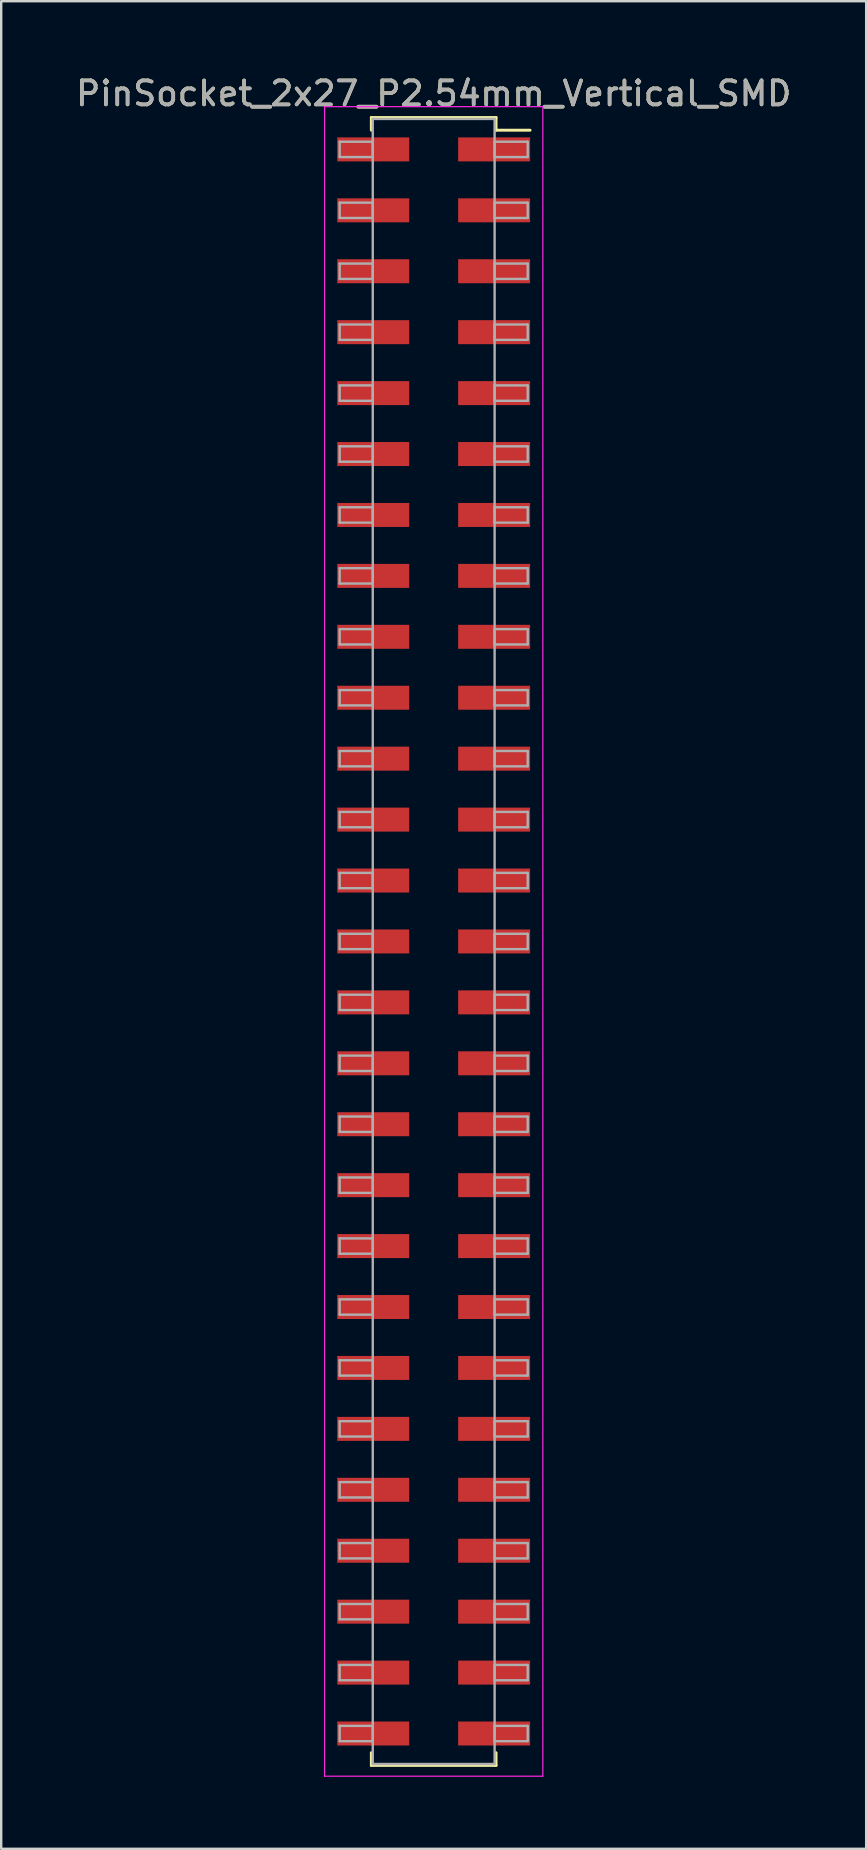
<source format=kicad_pcb>
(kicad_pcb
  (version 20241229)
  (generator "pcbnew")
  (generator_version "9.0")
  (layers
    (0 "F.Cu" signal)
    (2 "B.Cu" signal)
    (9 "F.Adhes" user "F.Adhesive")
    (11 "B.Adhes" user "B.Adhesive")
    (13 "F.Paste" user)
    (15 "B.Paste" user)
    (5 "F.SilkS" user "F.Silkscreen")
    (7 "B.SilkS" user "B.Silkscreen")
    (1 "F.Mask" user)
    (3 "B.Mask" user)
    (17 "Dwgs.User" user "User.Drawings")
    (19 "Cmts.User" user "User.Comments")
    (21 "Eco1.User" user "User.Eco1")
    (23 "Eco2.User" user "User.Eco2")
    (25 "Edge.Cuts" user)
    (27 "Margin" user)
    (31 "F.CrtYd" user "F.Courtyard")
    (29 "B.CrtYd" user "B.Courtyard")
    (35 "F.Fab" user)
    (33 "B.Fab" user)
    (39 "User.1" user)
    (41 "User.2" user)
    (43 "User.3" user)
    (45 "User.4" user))
  (footprint "PinSocket_2x27_P2.54mm_Vertical_SMD"
    (layer "F.Cu")
    (at 15.03 36.198)
    (property "Reference" "PinSocket_2x27_P2.54mm_Vertical_SMD" (at 0 -35.35 0) (layer "F.SilkS") (effects (font (size 1 1) (thickness 0.15))))
    (attr smd)
    (fp_line (start -2.6 -34.35) (end 2.6 -34.35) (stroke (width 0.12) (type solid)) (layer "F.SilkS"))
    (fp_line (start -2.6 -33.82) (end -2.6 -34.35) (stroke (width 0.12) (type solid)) (layer "F.SilkS"))
    (fp_line (start -2.6 33.82) (end -2.6 34.35) (stroke (width 0.12) (type solid)) (layer "F.SilkS"))
    (fp_line (start -2.6 34.35) (end 2.6 34.35) (stroke (width 0.12) (type solid)) (layer "F.SilkS"))
    (fp_line (start 2.6 -34.35) (end 2.6 -33.82) (stroke (width 0.12) (type solid)) (layer "F.SilkS"))
    (fp_line (start 2.6 34.35) (end 2.6 33.82) (stroke (width 0.12) (type solid)) (layer "F.SilkS"))
    (fp_line (start 4.02 -33.82) (end 2.6 -33.82) (stroke (width 0.12) (type solid)) (layer "F.SilkS"))
    (fp_line (start -4.55 -34.8) (end -4.55 34.8) (stroke (width 0.05) (type solid)) (layer "F.CrtYd"))
    (fp_line (start -4.55 34.8) (end 4.55 34.8) (stroke (width 0.05) (type solid)) (layer "F.CrtYd"))
    (fp_line (start 4.55 -34.8) (end -4.55 -34.8) (stroke (width 0.05) (type solid)) (layer "F.CrtYd"))
    (fp_line (start 4.55 34.8) (end 4.55 -34.8) (stroke (width 0.05) (type solid)) (layer "F.CrtYd"))
    (fp_line (start -3.92 -33.34) (end -2.54 -33.34) (stroke (width 0.1) (type solid)) (layer "F.Fab"))
    (fp_line (start -3.92 -32.7) (end -3.92 -33.34) (stroke (width 0.1) (type solid)) (layer "F.Fab"))
    (fp_line (start -3.92 -30.8) (end -2.54 -30.8) (stroke (width 0.1) (type solid)) (layer "F.Fab"))
    (fp_line (start -3.92 -30.16) (end -3.92 -30.8) (stroke (width 0.1) (type solid)) (layer "F.Fab"))
    (fp_line (start -3.92 -28.26) (end -2.54 -28.26) (stroke (width 0.1) (type solid)) (layer "F.Fab"))
    (fp_line (start -3.92 -27.62) (end -3.92 -28.26) (stroke (width 0.1) (type solid)) (layer "F.Fab"))
    (fp_line (start -3.92 -25.72) (end -2.54 -25.72) (stroke (width 0.1) (type solid)) (layer "F.Fab"))
    (fp_line (start -3.92 -25.08) (end -3.92 -25.72) (stroke (width 0.1) (type solid)) (layer "F.Fab"))
    (fp_line (start -3.92 -23.18) (end -2.54 -23.18) (stroke (width 0.1) (type solid)) (layer "F.Fab"))
    (fp_line (start -3.92 -22.54) (end -3.92 -23.18) (stroke (width 0.1) (type solid)) (layer "F.Fab"))
    (fp_line (start -3.92 -20.64) (end -2.54 -20.64) (stroke (width 0.1) (type solid)) (layer "F.Fab"))
    (fp_line (start -3.92 -20) (end -3.92 -20.64) (stroke (width 0.1) (type solid)) (layer "F.Fab"))
    (fp_line (start -3.92 -18.1) (end -2.54 -18.1) (stroke (width 0.1) (type solid)) (layer "F.Fab"))
    (fp_line (start -3.92 -17.46) (end -3.92 -18.1) (stroke (width 0.1) (type solid)) (layer "F.Fab"))
    (fp_line (start -3.92 -15.56) (end -2.54 -15.56) (stroke (width 0.1) (type solid)) (layer "F.Fab"))
    (fp_line (start -3.92 -14.92) (end -3.92 -15.56) (stroke (width 0.1) (type solid)) (layer "F.Fab"))
    (fp_line (start -3.92 -13.02) (end -2.54 -13.02) (stroke (width 0.1) (type solid)) (layer "F.Fab"))
    (fp_line (start -3.92 -12.38) (end -3.92 -13.02) (stroke (width 0.1) (type solid)) (layer "F.Fab"))
    (fp_line (start -3.92 -10.48) (end -2.54 -10.48) (stroke (width 0.1) (type solid)) (layer "F.Fab"))
    (fp_line (start -3.92 -9.84) (end -3.92 -10.48) (stroke (width 0.1) (type solid)) (layer "F.Fab"))
    (fp_line (start -3.92 -7.94) (end -2.54 -7.94) (stroke (width 0.1) (type solid)) (layer "F.Fab"))
    (fp_line (start -3.92 -7.3) (end -3.92 -7.94) (stroke (width 0.1) (type solid)) (layer "F.Fab"))
    (fp_line (start -3.92 -5.4) (end -2.54 -5.4) (stroke (width 0.1) (type solid)) (layer "F.Fab"))
    (fp_line (start -3.92 -4.76) (end -3.92 -5.4) (stroke (width 0.1) (type solid)) (layer "F.Fab"))
    (fp_line (start -3.92 -2.86) (end -2.54 -2.86) (stroke (width 0.1) (type solid)) (layer "F.Fab"))
    (fp_line (start -3.92 -2.22) (end -3.92 -2.86) (stroke (width 0.1) (type solid)) (layer "F.Fab"))
    (fp_line (start -3.92 -0.32) (end -2.54 -0.32) (stroke (width 0.1) (type solid)) (layer "F.Fab"))
    (fp_line (start -3.92 0.32) (end -3.92 -0.32) (stroke (width 0.1) (type solid)) (layer "F.Fab"))
    (fp_line (start -3.92 2.22) (end -2.54 2.22) (stroke (width 0.1) (type solid)) (layer "F.Fab"))
    (fp_line (start -3.92 2.86) (end -3.92 2.22) (stroke (width 0.1) (type solid)) (layer "F.Fab"))
    (fp_line (start -3.92 4.76) (end -2.54 4.76) (stroke (width 0.1) (type solid)) (layer "F.Fab"))
    (fp_line (start -3.92 5.4) (end -3.92 4.76) (stroke (width 0.1) (type solid)) (layer "F.Fab"))
    (fp_line (start -3.92 7.3) (end -2.54 7.3) (stroke (width 0.1) (type solid)) (layer "F.Fab"))
    (fp_line (start -3.92 7.94) (end -3.92 7.3) (stroke (width 0.1) (type solid)) (layer "F.Fab"))
    (fp_line (start -3.92 9.84) (end -2.54 9.84) (stroke (width 0.1) (type solid)) (layer "F.Fab"))
    (fp_line (start -3.92 10.48) (end -3.92 9.84) (stroke (width 0.1) (type solid)) (layer "F.Fab"))
    (fp_line (start -3.92 12.38) (end -2.54 12.38) (stroke (width 0.1) (type solid)) (layer "F.Fab"))
    (fp_line (start -3.92 13.02) (end -3.92 12.38) (stroke (width 0.1) (type solid)) (layer "F.Fab"))
    (fp_line (start -3.92 14.92) (end -2.54 14.92) (stroke (width 0.1) (type solid)) (layer "F.Fab"))
    (fp_line (start -3.92 15.56) (end -3.92 14.92) (stroke (width 0.1) (type solid)) (layer "F.Fab"))
    (fp_line (start -3.92 17.46) (end -2.54 17.46) (stroke (width 0.1) (type solid)) (layer "F.Fab"))
    (fp_line (start -3.92 18.1) (end -3.92 17.46) (stroke (width 0.1) (type solid)) (layer "F.Fab"))
    (fp_line (start -3.92 20) (end -2.54 20) (stroke (width 0.1) (type solid)) (layer "F.Fab"))
    (fp_line (start -3.92 20.64) (end -3.92 20) (stroke (width 0.1) (type solid)) (layer "F.Fab"))
    (fp_line (start -3.92 22.54) (end -2.54 22.54) (stroke (width 0.1) (type solid)) (layer "F.Fab"))
    (fp_line (start -3.92 23.18) (end -3.92 22.54) (stroke (width 0.1) (type solid)) (layer "F.Fab"))
    (fp_line (start -3.92 25.08) (end -2.54 25.08) (stroke (width 0.1) (type solid)) (layer "F.Fab"))
    (fp_line (start -3.92 25.72) (end -3.92 25.08) (stroke (width 0.1) (type solid)) (layer "F.Fab"))
    (fp_line (start -3.92 27.62) (end -2.54 27.62) (stroke (width 0.1) (type solid)) (layer "F.Fab"))
    (fp_line (start -3.92 28.26) (end -3.92 27.62) (stroke (width 0.1) (type solid)) (layer "F.Fab"))
    (fp_line (start -3.92 30.16) (end -2.54 30.16) (stroke (width 0.1) (type solid)) (layer "F.Fab"))
    (fp_line (start -3.92 30.8) (end -3.92 30.16) (stroke (width 0.1) (type solid)) (layer "F.Fab"))
    (fp_line (start -3.92 32.7) (end -2.54 32.7) (stroke (width 0.1) (type solid)) (layer "F.Fab"))
    (fp_line (start -3.92 33.34) (end -3.92 32.7) (stroke (width 0.1) (type solid)) (layer "F.Fab"))
    (fp_line (start -2.54 -34.29) (end -2.54 34.29) (stroke (width 0.1) (type solid)) (layer "F.Fab"))
    (fp_line (start -2.54 -33.34) (end -2.54 -32.7) (stroke (width 0.1) (type solid)) (layer "F.Fab"))
    (fp_line (start -2.54 -32.7) (end -3.92 -32.7) (stroke (width 0.1) (type solid)) (layer "F.Fab"))
    (fp_line (start -2.54 -30.8) (end -2.54 -30.16) (stroke (width 0.1) (type solid)) (layer "F.Fab"))
    (fp_line (start -2.54 -30.16) (end -3.92 -30.16) (stroke (width 0.1) (type solid)) (layer "F.Fab"))
    (fp_line (start -2.54 -28.26) (end -2.54 -27.62) (stroke (width 0.1) (type solid)) (layer "F.Fab"))
    (fp_line (start -2.54 -27.62) (end -3.92 -27.62) (stroke (width 0.1) (type solid)) (layer "F.Fab"))
    (fp_line (start -2.54 -25.72) (end -2.54 -25.08) (stroke (width 0.1) (type solid)) (layer "F.Fab"))
    (fp_line (start -2.54 -25.08) (end -3.92 -25.08) (stroke (width 0.1) (type solid)) (layer "F.Fab"))
    (fp_line (start -2.54 -23.18) (end -2.54 -22.54) (stroke (width 0.1) (type solid)) (layer "F.Fab"))
    (fp_line (start -2.54 -22.54) (end -3.92 -22.54) (stroke (width 0.1) (type solid)) (layer "F.Fab"))
    (fp_line (start -2.54 -20.64) (end -2.54 -20) (stroke (width 0.1) (type solid)) (layer "F.Fab"))
    (fp_line (start -2.54 -20) (end -3.92 -20) (stroke (width 0.1) (type solid)) (layer "F.Fab"))
    (fp_line (start -2.54 -18.1) (end -2.54 -17.46) (stroke (width 0.1) (type solid)) (layer "F.Fab"))
    (fp_line (start -2.54 -17.46) (end -3.92 -17.46) (stroke (width 0.1) (type solid)) (layer "F.Fab"))
    (fp_line (start -2.54 -15.56) (end -2.54 -14.92) (stroke (width 0.1) (type solid)) (layer "F.Fab"))
    (fp_line (start -2.54 -14.92) (end -3.92 -14.92) (stroke (width 0.1) (type solid)) (layer "F.Fab"))
    (fp_line (start -2.54 -13.02) (end -2.54 -12.38) (stroke (width 0.1) (type solid)) (layer "F.Fab"))
    (fp_line (start -2.54 -12.38) (end -3.92 -12.38) (stroke (width 0.1) (type solid)) (layer "F.Fab"))
    (fp_line (start -2.54 -10.48) (end -2.54 -9.84) (stroke (width 0.1) (type solid)) (layer "F.Fab"))
    (fp_line (start -2.54 -9.84) (end -3.92 -9.84) (stroke (width 0.1) (type solid)) (layer "F.Fab"))
    (fp_line (start -2.54 -7.94) (end -2.54 -7.3) (stroke (width 0.1) (type solid)) (layer "F.Fab"))
    (fp_line (start -2.54 -7.3) (end -3.92 -7.3) (stroke (width 0.1) (type solid)) (layer "F.Fab"))
    (fp_line (start -2.54 -5.4) (end -2.54 -4.76) (stroke (width 0.1) (type solid)) (layer "F.Fab"))
    (fp_line (start -2.54 -4.76) (end -3.92 -4.76) (stroke (width 0.1) (type solid)) (layer "F.Fab"))
    (fp_line (start -2.54 -2.86) (end -2.54 -2.22) (stroke (width 0.1) (type solid)) (layer "F.Fab"))
    (fp_line (start -2.54 -2.22) (end -3.92 -2.22) (stroke (width 0.1) (type solid)) (layer "F.Fab"))
    (fp_line (start -2.54 -0.32) (end -2.54 0.32) (stroke (width 0.1) (type solid)) (layer "F.Fab"))
    (fp_line (start -2.54 0.32) (end -3.92 0.32) (stroke (width 0.1) (type solid)) (layer "F.Fab"))
    (fp_line (start -2.54 2.22) (end -2.54 2.86) (stroke (width 0.1) (type solid)) (layer "F.Fab"))
    (fp_line (start -2.54 2.86) (end -3.92 2.86) (stroke (width 0.1) (type solid)) (layer "F.Fab"))
    (fp_line (start -2.54 4.76) (end -2.54 5.4) (stroke (width 0.1) (type solid)) (layer "F.Fab"))
    (fp_line (start -2.54 5.4) (end -3.92 5.4) (stroke (width 0.1) (type solid)) (layer "F.Fab"))
    (fp_line (start -2.54 7.3) (end -2.54 7.94) (stroke (width 0.1) (type solid)) (layer "F.Fab"))
    (fp_line (start -2.54 7.94) (end -3.92 7.94) (stroke (width 0.1) (type solid)) (layer "F.Fab"))
    (fp_line (start -2.54 9.84) (end -2.54 10.48) (stroke (width 0.1) (type solid)) (layer "F.Fab"))
    (fp_line (start -2.54 10.48) (end -3.92 10.48) (stroke (width 0.1) (type solid)) (layer "F.Fab"))
    (fp_line (start -2.54 12.38) (end -2.54 13.02) (stroke (width 0.1) (type solid)) (layer "F.Fab"))
    (fp_line (start -2.54 13.02) (end -3.92 13.02) (stroke (width 0.1) (type solid)) (layer "F.Fab"))
    (fp_line (start -2.54 14.92) (end -2.54 15.56) (stroke (width 0.1) (type solid)) (layer "F.Fab"))
    (fp_line (start -2.54 15.56) (end -3.92 15.56) (stroke (width 0.1) (type solid)) (layer "F.Fab"))
    (fp_line (start -2.54 17.46) (end -2.54 18.1) (stroke (width 0.1) (type solid)) (layer "F.Fab"))
    (fp_line (start -2.54 18.1) (end -3.92 18.1) (stroke (width 0.1) (type solid)) (layer "F.Fab"))
    (fp_line (start -2.54 20) (end -2.54 20.64) (stroke (width 0.1) (type solid)) (layer "F.Fab"))
    (fp_line (start -2.54 20.64) (end -3.92 20.64) (stroke (width 0.1) (type solid)) (layer "F.Fab"))
    (fp_line (start -2.54 22.54) (end -2.54 23.18) (stroke (width 0.1) (type solid)) (layer "F.Fab"))
    (fp_line (start -2.54 23.18) (end -3.92 23.18) (stroke (width 0.1) (type solid)) (layer "F.Fab"))
    (fp_line (start -2.54 25.08) (end -2.54 25.72) (stroke (width 0.1) (type solid)) (layer "F.Fab"))
    (fp_line (start -2.54 25.72) (end -3.92 25.72) (stroke (width 0.1) (type solid)) (layer "F.Fab"))
    (fp_line (start -2.54 27.62) (end -2.54 28.26) (stroke (width 0.1) (type solid)) (layer "F.Fab"))
    (fp_line (start -2.54 28.26) (end -3.92 28.26) (stroke (width 0.1) (type solid)) (layer "F.Fab"))
    (fp_line (start -2.54 30.16) (end -2.54 30.8) (stroke (width 0.1) (type solid)) (layer "F.Fab"))
    (fp_line (start -2.54 30.8) (end -3.92 30.8) (stroke (width 0.1) (type solid)) (layer "F.Fab"))
    (fp_line (start -2.54 32.7) (end -2.54 33.34) (stroke (width 0.1) (type solid)) (layer "F.Fab"))
    (fp_line (start -2.54 33.34) (end -3.92 33.34) (stroke (width 0.1) (type solid)) (layer "F.Fab"))
    (fp_line (start -2.54 34.29) (end 2.54 34.29) (stroke (width 0.1) (type solid)) (layer "F.Fab"))
    (fp_line (start 2.54 -34.29) (end -2.54 -34.29) (stroke (width 0.1) (type solid)) (layer "F.Fab"))
    (fp_line (start 2.54 -33.34) (end 2.54 -32.7) (stroke (width 0.1) (type solid)) (layer "F.Fab"))
    (fp_line (start 2.54 -32.7) (end 3.92 -32.7) (stroke (width 0.1) (type solid)) (layer "F.Fab"))
    (fp_line (start 2.54 -30.8) (end 2.54 -30.16) (stroke (width 0.1) (type solid)) (layer "F.Fab"))
    (fp_line (start 2.54 -30.16) (end 3.92 -30.16) (stroke (width 0.1) (type solid)) (layer "F.Fab"))
    (fp_line (start 2.54 -28.26) (end 2.54 -27.62) (stroke (width 0.1) (type solid)) (layer "F.Fab"))
    (fp_line (start 2.54 -27.62) (end 3.92 -27.62) (stroke (width 0.1) (type solid)) (layer "F.Fab"))
    (fp_line (start 2.54 -25.72) (end 2.54 -25.08) (stroke (width 0.1) (type solid)) (layer "F.Fab"))
    (fp_line (start 2.54 -25.08) (end 3.92 -25.08) (stroke (width 0.1) (type solid)) (layer "F.Fab"))
    (fp_line (start 2.54 -23.18) (end 2.54 -22.54) (stroke (width 0.1) (type solid)) (layer "F.Fab"))
    (fp_line (start 2.54 -22.54) (end 3.92 -22.54) (stroke (width 0.1) (type solid)) (layer "F.Fab"))
    (fp_line (start 2.54 -20.64) (end 2.54 -20) (stroke (width 0.1) (type solid)) (layer "F.Fab"))
    (fp_line (start 2.54 -20) (end 3.92 -20) (stroke (width 0.1) (type solid)) (layer "F.Fab"))
    (fp_line (start 2.54 -18.1) (end 2.54 -17.46) (stroke (width 0.1) (type solid)) (layer "F.Fab"))
    (fp_line (start 2.54 -17.46) (end 3.92 -17.46) (stroke (width 0.1) (type solid)) (layer "F.Fab"))
    (fp_line (start 2.54 -15.56) (end 2.54 -14.92) (stroke (width 0.1) (type solid)) (layer "F.Fab"))
    (fp_line (start 2.54 -14.92) (end 3.92 -14.92) (stroke (width 0.1) (type solid)) (layer "F.Fab"))
    (fp_line (start 2.54 -13.02) (end 2.54 -12.38) (stroke (width 0.1) (type solid)) (layer "F.Fab"))
    (fp_line (start 2.54 -12.38) (end 3.92 -12.38) (stroke (width 0.1) (type solid)) (layer "F.Fab"))
    (fp_line (start 2.54 -10.48) (end 2.54 -9.84) (stroke (width 0.1) (type solid)) (layer "F.Fab"))
    (fp_line (start 2.54 -9.84) (end 3.92 -9.84) (stroke (width 0.1) (type solid)) (layer "F.Fab"))
    (fp_line (start 2.54 -7.94) (end 2.54 -7.3) (stroke (width 0.1) (type solid)) (layer "F.Fab"))
    (fp_line (start 2.54 -7.3) (end 3.92 -7.3) (stroke (width 0.1) (type solid)) (layer "F.Fab"))
    (fp_line (start 2.54 -5.4) (end 2.54 -4.76) (stroke (width 0.1) (type solid)) (layer "F.Fab"))
    (fp_line (start 2.54 -4.76) (end 3.92 -4.76) (stroke (width 0.1) (type solid)) (layer "F.Fab"))
    (fp_line (start 2.54 -2.86) (end 2.54 -2.22) (stroke (width 0.1) (type solid)) (layer "F.Fab"))
    (fp_line (start 2.54 -2.22) (end 3.92 -2.22) (stroke (width 0.1) (type solid)) (layer "F.Fab"))
    (fp_line (start 2.54 -0.32) (end 2.54 0.32) (stroke (width 0.1) (type solid)) (layer "F.Fab"))
    (fp_line (start 2.54 0.32) (end 3.92 0.32) (stroke (width 0.1) (type solid)) (layer "F.Fab"))
    (fp_line (start 2.54 2.22) (end 2.54 2.86) (stroke (width 0.1) (type solid)) (layer "F.Fab"))
    (fp_line (start 2.54 2.86) (end 3.92 2.86) (stroke (width 0.1) (type solid)) (layer "F.Fab"))
    (fp_line (start 2.54 4.76) (end 2.54 5.4) (stroke (width 0.1) (type solid)) (layer "F.Fab"))
    (fp_line (start 2.54 5.4) (end 3.92 5.4) (stroke (width 0.1) (type solid)) (layer "F.Fab"))
    (fp_line (start 2.54 7.3) (end 2.54 7.94) (stroke (width 0.1) (type solid)) (layer "F.Fab"))
    (fp_line (start 2.54 7.94) (end 3.92 7.94) (stroke (width 0.1) (type solid)) (layer "F.Fab"))
    (fp_line (start 2.54 9.84) (end 2.54 10.48) (stroke (width 0.1) (type solid)) (layer "F.Fab"))
    (fp_line (start 2.54 10.48) (end 3.92 10.48) (stroke (width 0.1) (type solid)) (layer "F.Fab"))
    (fp_line (start 2.54 12.38) (end 2.54 13.02) (stroke (width 0.1) (type solid)) (layer "F.Fab"))
    (fp_line (start 2.54 13.02) (end 3.92 13.02) (stroke (width 0.1) (type solid)) (layer "F.Fab"))
    (fp_line (start 2.54 14.92) (end 2.54 15.56) (stroke (width 0.1) (type solid)) (layer "F.Fab"))
    (fp_line (start 2.54 15.56) (end 3.92 15.56) (stroke (width 0.1) (type solid)) (layer "F.Fab"))
    (fp_line (start 2.54 17.46) (end 2.54 18.1) (stroke (width 0.1) (type solid)) (layer "F.Fab"))
    (fp_line (start 2.54 18.1) (end 3.92 18.1) (stroke (width 0.1) (type solid)) (layer "F.Fab"))
    (fp_line (start 2.54 20) (end 2.54 20.64) (stroke (width 0.1) (type solid)) (layer "F.Fab"))
    (fp_line (start 2.54 20.64) (end 3.92 20.64) (stroke (width 0.1) (type solid)) (layer "F.Fab"))
    (fp_line (start 2.54 22.54) (end 2.54 23.18) (stroke (width 0.1) (type solid)) (layer "F.Fab"))
    (fp_line (start 2.54 23.18) (end 3.92 23.18) (stroke (width 0.1) (type solid)) (layer "F.Fab"))
    (fp_line (start 2.54 25.08) (end 2.54 25.72) (stroke (width 0.1) (type solid)) (layer "F.Fab"))
    (fp_line (start 2.54 25.72) (end 3.92 25.72) (stroke (width 0.1) (type solid)) (layer "F.Fab"))
    (fp_line (start 2.54 27.62) (end 2.54 28.26) (stroke (width 0.1) (type solid)) (layer "F.Fab"))
    (fp_line (start 2.54 28.26) (end 3.92 28.26) (stroke (width 0.1) (type solid)) (layer "F.Fab"))
    (fp_line (start 2.54 30.16) (end 2.54 30.8) (stroke (width 0.1) (type solid)) (layer "F.Fab"))
    (fp_line (start 2.54 30.8) (end 3.92 30.8) (stroke (width 0.1) (type solid)) (layer "F.Fab"))
    (fp_line (start 2.54 32.7) (end 2.54 33.34) (stroke (width 0.1) (type solid)) (layer "F.Fab"))
    (fp_line (start 2.54 33.34) (end 3.92 33.34) (stroke (width 0.1) (type solid)) (layer "F.Fab"))
    (fp_line (start 2.54 34.29) (end 2.54 -34.29) (stroke (width 0.1) (type solid)) (layer "F.Fab"))
    (fp_line (start 3.92 -33.34) (end 2.54 -33.34) (stroke (width 0.1) (type solid)) (layer "F.Fab"))
    (fp_line (start 3.92 -32.7) (end 3.92 -33.34) (stroke (width 0.1) (type solid)) (layer "F.Fab"))
    (fp_line (start 3.92 -30.8) (end 2.54 -30.8) (stroke (width 0.1) (type solid)) (layer "F.Fab"))
    (fp_line (start 3.92 -30.16) (end 3.92 -30.8) (stroke (width 0.1) (type solid)) (layer "F.Fab"))
    (fp_line (start 3.92 -28.26) (end 2.54 -28.26) (stroke (width 0.1) (type solid)) (layer "F.Fab"))
    (fp_line (start 3.92 -27.62) (end 3.92 -28.26) (stroke (width 0.1) (type solid)) (layer "F.Fab"))
    (fp_line (start 3.92 -25.72) (end 2.54 -25.72) (stroke (width 0.1) (type solid)) (layer "F.Fab"))
    (fp_line (start 3.92 -25.08) (end 3.92 -25.72) (stroke (width 0.1) (type solid)) (layer "F.Fab"))
    (fp_line (start 3.92 -23.18) (end 2.54 -23.18) (stroke (width 0.1) (type solid)) (layer "F.Fab"))
    (fp_line (start 3.92 -22.54) (end 3.92 -23.18) (stroke (width 0.1) (type solid)) (layer "F.Fab"))
    (fp_line (start 3.92 -20.64) (end 2.54 -20.64) (stroke (width 0.1) (type solid)) (layer "F.Fab"))
    (fp_line (start 3.92 -20) (end 3.92 -20.64) (stroke (width 0.1) (type solid)) (layer "F.Fab"))
    (fp_line (start 3.92 -18.1) (end 2.54 -18.1) (stroke (width 0.1) (type solid)) (layer "F.Fab"))
    (fp_line (start 3.92 -17.46) (end 3.92 -18.1) (stroke (width 0.1) (type solid)) (layer "F.Fab"))
    (fp_line (start 3.92 -15.56) (end 2.54 -15.56) (stroke (width 0.1) (type solid)) (layer "F.Fab"))
    (fp_line (start 3.92 -14.92) (end 3.92 -15.56) (stroke (width 0.1) (type solid)) (layer "F.Fab"))
    (fp_line (start 3.92 -13.02) (end 2.54 -13.02) (stroke (width 0.1) (type solid)) (layer "F.Fab"))
    (fp_line (start 3.92 -12.38) (end 3.92 -13.02) (stroke (width 0.1) (type solid)) (layer "F.Fab"))
    (fp_line (start 3.92 -10.48) (end 2.54 -10.48) (stroke (width 0.1) (type solid)) (layer "F.Fab"))
    (fp_line (start 3.92 -9.84) (end 3.92 -10.48) (stroke (width 0.1) (type solid)) (layer "F.Fab"))
    (fp_line (start 3.92 -7.94) (end 2.54 -7.94) (stroke (width 0.1) (type solid)) (layer "F.Fab"))
    (fp_line (start 3.92 -7.3) (end 3.92 -7.94) (stroke (width 0.1) (type solid)) (layer "F.Fab"))
    (fp_line (start 3.92 -5.4) (end 2.54 -5.4) (stroke (width 0.1) (type solid)) (layer "F.Fab"))
    (fp_line (start 3.92 -4.76) (end 3.92 -5.4) (stroke (width 0.1) (type solid)) (layer "F.Fab"))
    (fp_line (start 3.92 -2.86) (end 2.54 -2.86) (stroke (width 0.1) (type solid)) (layer "F.Fab"))
    (fp_line (start 3.92 -2.22) (end 3.92 -2.86) (stroke (width 0.1) (type solid)) (layer "F.Fab"))
    (fp_line (start 3.92 -0.32) (end 2.54 -0.32) (stroke (width 0.1) (type solid)) (layer "F.Fab"))
    (fp_line (start 3.92 0.32) (end 3.92 -0.32) (stroke (width 0.1) (type solid)) (layer "F.Fab"))
    (fp_line (start 3.92 2.22) (end 2.54 2.22) (stroke (width 0.1) (type solid)) (layer "F.Fab"))
    (fp_line (start 3.92 2.86) (end 3.92 2.22) (stroke (width 0.1) (type solid)) (layer "F.Fab"))
    (fp_line (start 3.92 4.76) (end 2.54 4.76) (stroke (width 0.1) (type solid)) (layer "F.Fab"))
    (fp_line (start 3.92 5.4) (end 3.92 4.76) (stroke (width 0.1) (type solid)) (layer "F.Fab"))
    (fp_line (start 3.92 7.3) (end 2.54 7.3) (stroke (width 0.1) (type solid)) (layer "F.Fab"))
    (fp_line (start 3.92 7.94) (end 3.92 7.3) (stroke (width 0.1) (type solid)) (layer "F.Fab"))
    (fp_line (start 3.92 9.84) (end 2.54 9.84) (stroke (width 0.1) (type solid)) (layer "F.Fab"))
    (fp_line (start 3.92 10.48) (end 3.92 9.84) (stroke (width 0.1) (type solid)) (layer "F.Fab"))
    (fp_line (start 3.92 12.38) (end 2.54 12.38) (stroke (width 0.1) (type solid)) (layer "F.Fab"))
    (fp_line (start 3.92 13.02) (end 3.92 12.38) (stroke (width 0.1) (type solid)) (layer "F.Fab"))
    (fp_line (start 3.92 14.92) (end 2.54 14.92) (stroke (width 0.1) (type solid)) (layer "F.Fab"))
    (fp_line (start 3.92 15.56) (end 3.92 14.92) (stroke (width 0.1) (type solid)) (layer "F.Fab"))
    (fp_line (start 3.92 17.46) (end 2.54 17.46) (stroke (width 0.1) (type solid)) (layer "F.Fab"))
    (fp_line (start 3.92 18.1) (end 3.92 17.46) (stroke (width 0.1) (type solid)) (layer "F.Fab"))
    (fp_line (start 3.92 20) (end 2.54 20) (stroke (width 0.1) (type solid)) (layer "F.Fab"))
    (fp_line (start 3.92 20.64) (end 3.92 20) (stroke (width 0.1) (type solid)) (layer "F.Fab"))
    (fp_line (start 3.92 22.54) (end 2.54 22.54) (stroke (width 0.1) (type solid)) (layer "F.Fab"))
    (fp_line (start 3.92 23.18) (end 3.92 22.54) (stroke (width 0.1) (type solid)) (layer "F.Fab"))
    (fp_line (start 3.92 25.08) (end 2.54 25.08) (stroke (width 0.1) (type solid)) (layer "F.Fab"))
    (fp_line (start 3.92 25.72) (end 3.92 25.08) (stroke (width 0.1) (type solid)) (layer "F.Fab"))
    (fp_line (start 3.92 27.62) (end 2.54 27.62) (stroke (width 0.1) (type solid)) (layer "F.Fab"))
    (fp_line (start 3.92 28.26) (end 3.92 27.62) (stroke (width 0.1) (type solid)) (layer "F.Fab"))
    (fp_line (start 3.92 30.16) (end 2.54 30.16) (stroke (width 0.1) (type solid)) (layer "F.Fab"))
    (fp_line (start 3.92 30.8) (end 3.92 30.16) (stroke (width 0.1) (type solid)) (layer "F.Fab"))
    (fp_line (start 3.92 32.7) (end 2.54 32.7) (stroke (width 0.1) (type solid)) (layer "F.Fab"))
    (fp_line (start 3.92 33.34) (end 3.92 32.7) (stroke (width 0.1) (type solid)) (layer "F.Fab"))
    (fp_text user "${REFERENCE}" (at 0 -35.35 0) (layer "F.Fab") (effects (font (size 1 1) (thickness 0.15))))
    (pad "1" smd rect (at 2.52 -33.02) (size 3 1) (layers "F.Cu" "F.Mask" "F.Paste"))
    (pad "2" smd rect (at -2.52 -33.02) (size 3 1) (layers "F.Cu" "F.Mask" "F.Paste"))
    (pad "3" smd rect (at 2.52 -30.48) (size 3 1) (layers "F.Cu" "F.Mask" "F.Paste"))
    (pad "4" smd rect (at -2.52 -30.48) (size 3 1) (layers "F.Cu" "F.Mask" "F.Paste"))
    (pad "5" smd rect (at 2.52 -27.94) (size 3 1) (layers "F.Cu" "F.Mask" "F.Paste"))
    (pad "6" smd rect (at -2.52 -27.94) (size 3 1) (layers "F.Cu" "F.Mask" "F.Paste"))
    (pad "7" smd rect (at 2.52 -25.4) (size 3 1) (layers "F.Cu" "F.Mask" "F.Paste"))
    (pad "8" smd rect (at -2.52 -25.4) (size 3 1) (layers "F.Cu" "F.Mask" "F.Paste"))
    (pad "9" smd rect (at 2.52 -22.86) (size 3 1) (layers "F.Cu" "F.Mask" "F.Paste"))
    (pad "10" smd rect (at -2.52 -22.86) (size 3 1) (layers "F.Cu" "F.Mask" "F.Paste"))
    (pad "11" smd rect (at 2.52 -20.32) (size 3 1) (layers "F.Cu" "F.Mask" "F.Paste"))
    (pad "12" smd rect (at -2.52 -20.32) (size 3 1) (layers "F.Cu" "F.Mask" "F.Paste"))
    (pad "13" smd rect (at 2.52 -17.78) (size 3 1) (layers "F.Cu" "F.Mask" "F.Paste"))
    (pad "14" smd rect (at -2.52 -17.78) (size 3 1) (layers "F.Cu" "F.Mask" "F.Paste"))
    (pad "15" smd rect (at 2.52 -15.24) (size 3 1) (layers "F.Cu" "F.Mask" "F.Paste"))
    (pad "16" smd rect (at -2.52 -15.24) (size 3 1) (layers "F.Cu" "F.Mask" "F.Paste"))
    (pad "17" smd rect (at 2.52 -12.7) (size 3 1) (layers "F.Cu" "F.Mask" "F.Paste"))
    (pad "18" smd rect (at -2.52 -12.7) (size 3 1) (layers "F.Cu" "F.Mask" "F.Paste"))
    (pad "19" smd rect (at 2.52 -10.16) (size 3 1) (layers "F.Cu" "F.Mask" "F.Paste"))
    (pad "20" smd rect (at -2.52 -10.16) (size 3 1) (layers "F.Cu" "F.Mask" "F.Paste"))
    (pad "21" smd rect (at 2.52 -7.62) (size 3 1) (layers "F.Cu" "F.Mask" "F.Paste"))
    (pad "22" smd rect (at -2.52 -7.62) (size 3 1) (layers "F.Cu" "F.Mask" "F.Paste"))
    (pad "23" smd rect (at 2.52 -5.08) (size 3 1) (layers "F.Cu" "F.Mask" "F.Paste"))
    (pad "24" smd rect (at -2.52 -5.08) (size 3 1) (layers "F.Cu" "F.Mask" "F.Paste"))
    (pad "25" smd rect (at 2.52 -2.54) (size 3 1) (layers "F.Cu" "F.Mask" "F.Paste"))
    (pad "26" smd rect (at -2.52 -2.54) (size 3 1) (layers "F.Cu" "F.Mask" "F.Paste"))
    (pad "27" smd rect (at 2.52 0) (size 3 1) (layers "F.Cu" "F.Mask" "F.Paste"))
    (pad "28" smd rect (at -2.52 0) (size 3 1) (layers "F.Cu" "F.Mask" "F.Paste"))
    (pad "29" smd rect (at 2.52 2.54) (size 3 1) (layers "F.Cu" "F.Mask" "F.Paste"))
    (pad "30" smd rect (at -2.52 2.54) (size 3 1) (layers "F.Cu" "F.Mask" "F.Paste"))
    (pad "31" smd rect (at 2.52 5.08) (size 3 1) (layers "F.Cu" "F.Mask" "F.Paste"))
    (pad "32" smd rect (at -2.52 5.08) (size 3 1) (layers "F.Cu" "F.Mask" "F.Paste"))
    (pad "33" smd rect (at 2.52 7.62) (size 3 1) (layers "F.Cu" "F.Mask" "F.Paste"))
    (pad "34" smd rect (at -2.52 7.62) (size 3 1) (layers "F.Cu" "F.Mask" "F.Paste"))
    (pad "35" smd rect (at 2.52 10.16) (size 3 1) (layers "F.Cu" "F.Mask" "F.Paste"))
    (pad "36" smd rect (at -2.52 10.16) (size 3 1) (layers "F.Cu" "F.Mask" "F.Paste"))
    (pad "37" smd rect (at 2.52 12.7) (size 3 1) (layers "F.Cu" "F.Mask" "F.Paste"))
    (pad "38" smd rect (at -2.52 12.7) (size 3 1) (layers "F.Cu" "F.Mask" "F.Paste"))
    (pad "39" smd rect (at 2.52 15.24) (size 3 1) (layers "F.Cu" "F.Mask" "F.Paste"))
    (pad "40" smd rect (at -2.52 15.24) (size 3 1) (layers "F.Cu" "F.Mask" "F.Paste"))
    (pad "41" smd rect (at 2.52 17.78) (size 3 1) (layers "F.Cu" "F.Mask" "F.Paste"))
    (pad "42" smd rect (at -2.52 17.78) (size 3 1) (layers "F.Cu" "F.Mask" "F.Paste"))
    (pad "43" smd rect (at 2.52 20.32) (size 3 1) (layers "F.Cu" "F.Mask" "F.Paste"))
    (pad "44" smd rect (at -2.52 20.32) (size 3 1) (layers "F.Cu" "F.Mask" "F.Paste"))
    (pad "45" smd rect (at 2.52 22.86) (size 3 1) (layers "F.Cu" "F.Mask" "F.Paste"))
    (pad "46" smd rect (at -2.52 22.86) (size 3 1) (layers "F.Cu" "F.Mask" "F.Paste"))
    (pad "47" smd rect (at 2.52 25.4) (size 3 1) (layers "F.Cu" "F.Mask" "F.Paste"))
    (pad "48" smd rect (at -2.52 25.4) (size 3 1) (layers "F.Cu" "F.Mask" "F.Paste"))
    (pad "49" smd rect (at 2.52 27.94) (size 3 1) (layers "F.Cu" "F.Mask" "F.Paste"))
    (pad "50" smd rect (at -2.52 27.94) (size 3 1) (layers "F.Cu" "F.Mask" "F.Paste"))
    (pad "51" smd rect (at 2.52 30.48) (size 3 1) (layers "F.Cu" "F.Mask" "F.Paste"))
    (pad "52" smd rect (at -2.52 30.48) (size 3 1) (layers "F.Cu" "F.Mask" "F.Paste"))
    (pad "53" smd rect (at 2.52 33.02) (size 3 1) (layers "F.Cu" "F.Mask" "F.Paste"))
    (pad "54" smd rect (at -2.52 33.02) (size 3 1) (layers "F.Cu" "F.Mask" "F.Paste")))
  (gr_rect
    (start -3 -3)
    (end 33.06 74.023)
    (stroke (width 0.1) (type default))
    (fill no)
    (layer "Edge.Cuts")))
</source>
